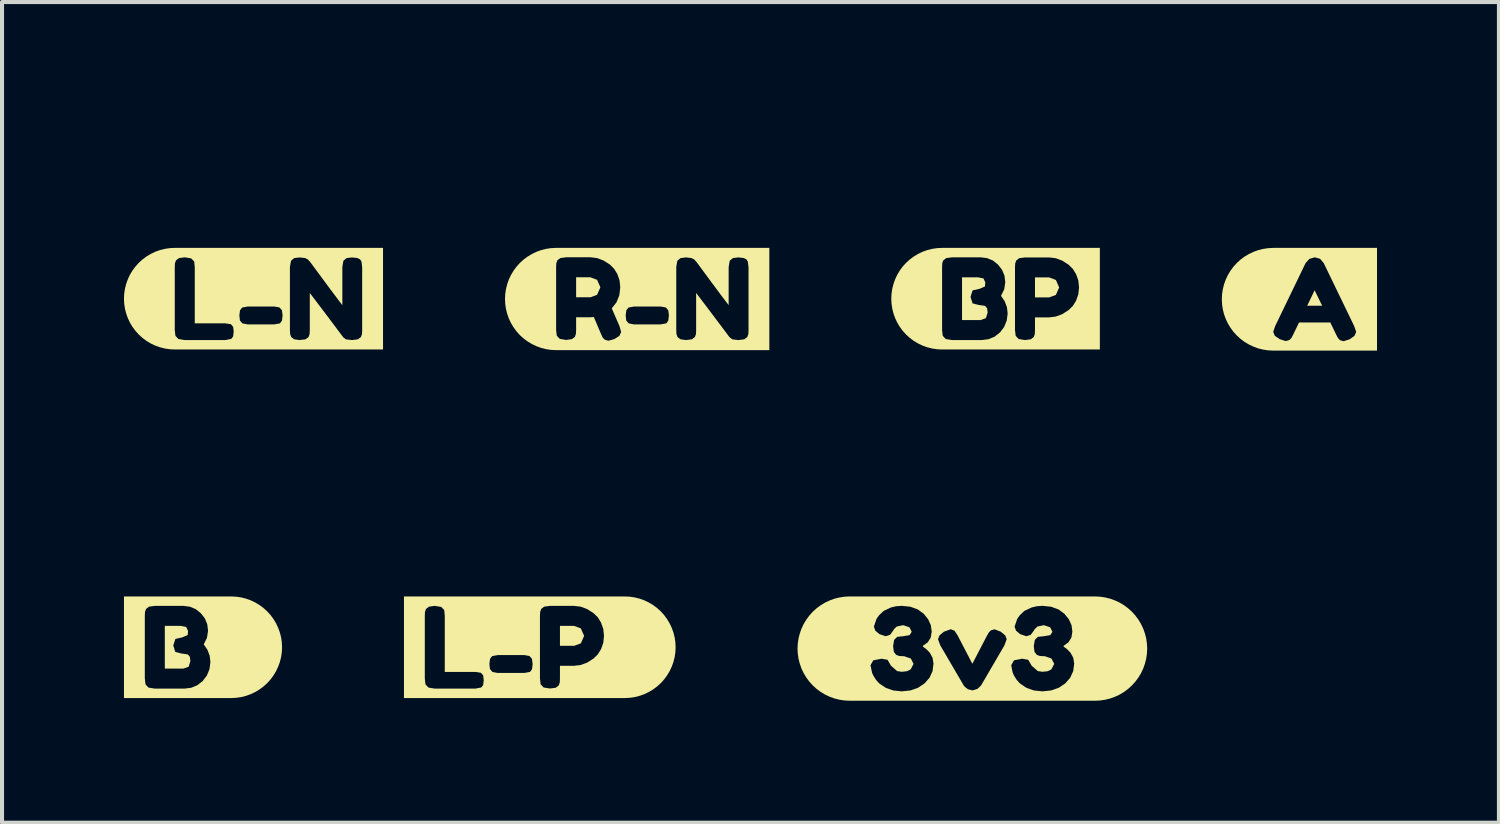
<source format=kicad_pcb>
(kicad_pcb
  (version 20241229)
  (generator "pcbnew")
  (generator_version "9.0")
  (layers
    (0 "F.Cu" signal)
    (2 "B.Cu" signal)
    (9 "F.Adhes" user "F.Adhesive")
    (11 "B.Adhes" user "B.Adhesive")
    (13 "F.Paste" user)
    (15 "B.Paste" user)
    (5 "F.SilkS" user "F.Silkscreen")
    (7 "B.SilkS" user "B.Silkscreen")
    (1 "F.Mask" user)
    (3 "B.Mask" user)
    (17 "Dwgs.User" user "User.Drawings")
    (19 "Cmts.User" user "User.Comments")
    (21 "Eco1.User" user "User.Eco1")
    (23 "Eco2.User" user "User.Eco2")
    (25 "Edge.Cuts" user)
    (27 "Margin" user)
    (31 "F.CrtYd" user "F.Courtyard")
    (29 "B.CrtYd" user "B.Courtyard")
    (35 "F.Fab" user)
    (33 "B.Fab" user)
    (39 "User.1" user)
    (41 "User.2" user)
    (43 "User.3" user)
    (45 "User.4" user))
  (footprint "kibuzzard-64F67C97"
    (layer "F.Cu")
    (at 21.445 4.299)
    (property "Reference" "kibuzzard-64F67C97" (at 0 -4.298 0) (layer "F.SilkS") (effects (font (size 0.001 0.001) (thickness 0.15))))
    (attr board_only exclude_from_pos_files exclude_from_bom)
    (fp_poly (pts (xy 1.317 -0.524) (xy 0.97 -0.524) (xy 0.97 -0.032) (xy 1.32 -0.032) (xy 1.484 -0.093) (xy 1.565 -0.276) (xy 1.484 -0.461) (xy 1.317 -0.524)) (stroke (width 0) (type solid)) (fill yes) (layer "F.SilkS"))
    (fp_poly (pts (xy -0.194 0.338) (xy -0.209 0.232) (xy -0.261 0.176) (xy -0.416 0.154) (xy -0.566 0.115) (xy -0.616 -0.044) (xy -0.565 -0.204) (xy -0.394 -0.243) (xy -0.261 -0.301) (xy -0.252 -0.401) (xy -0.298 -0.499) (xy -0.436 -0.526) (xy -0.825 -0.526) (xy -0.825 0.526) (xy -0.369 0.526) (xy -0.238 0.479) (xy -0.194 0.338)) (stroke (width 0) (type solid)) (fill yes) (layer "F.SilkS"))
    (fp_poly (pts (xy -1.316 -1.25) (xy -1.317 -1.25) (xy -1.439 -1.244) (xy -1.56 -1.226) (xy -1.679 -1.196) (xy -1.795 -1.155) (xy -1.906 -1.102) (xy -2.011 -1.039) (xy -2.109 -0.966) (xy -2.2 -0.884) (xy -2.283 -0.793) (xy -2.356 -0.694) (xy -2.419 -0.589) (xy -2.471 -0.478) (xy -2.512 -0.363) (xy -2.542 -0.244) (xy -2.56 -0.122) (xy -2.566 0) (xy -2.56 0.122) (xy -2.542 0.244) (xy -2.512 0.363) (xy -2.471 0.478) (xy -2.419 0.589) (xy -2.356 0.694) (xy -2.283 0.793) (xy -2.2 0.884) (xy -2.109 0.966) (xy -2.011 1.039) (xy -1.906 1.102) (xy -1.795 1.155) (xy -1.679 1.196) (xy -1.56 1.226) (xy -1.439 1.244) (xy -1.317 1.25) (xy -1.316 1.25) (xy -0.341 1.25) (xy -0.341 1.018) (xy -1.072 1.018) (xy -1.226 0.992) (xy -1.3 0.913) (xy -1.316 0.768) (xy -1.316 -0.774) (xy -1.312 -0.871) (xy -1.286 -0.943) (xy -1.212 -0.999) (xy -1.069 -1.018) (xy -0.369 -1.018) (xy -0.208 -0.998) (xy -0.065 -0.939) (xy 0.059 -0.84) (xy 0.159 -0.712) (xy 0.219 -0.568) (xy 0.239 -0.407) (xy 0.213 -0.231) (xy 0.134 -0.071) (xy 0.225 0.064) (xy 0.28 0.209) (xy 0.298 0.365) (xy 0.274 0.54) (xy 0.211 0.696) (xy 0.108 0.831) (xy -0.024 0.935) (xy -0.174 0.997) (xy -0.341 1.018) (xy -0.341 1.25) (xy 0.723 1.25) (xy 0.723 1.018) (xy 0.569 0.992) (xy 0.495 0.915) (xy 0.478 0.771) (xy 0.478 -0.771) (xy 0.483 -0.867) (xy 0.509 -0.94) (xy 0.583 -0.997) (xy 0.726 -1.015) (xy 1.32 -1.015) (xy 1.482 -0.996) (xy 1.64 -0.936) (xy 1.795 -0.838) (xy 1.899 -0.736) (xy 1.981 -0.604) (xy 2.036 -0.449) (xy 2.054 -0.276) (xy 2.036 -0.105) (xy 1.981 0.05) (xy 1.899 0.181) (xy 1.795 0.282) (xy 1.64 0.381) (xy 1.48 0.44) (xy 1.317 0.46) (xy 0.97 0.46) (xy 0.97 0.774) (xy 0.966 0.87) (xy 0.94 0.943) (xy 0.866 0.999) (xy 0.723 1.018) (xy 0.723 1.25) (xy 2.054 1.25) (xy 2.566 1.25) (xy 2.566 -1.25) (xy 2.054 -1.25) (xy -1.316 -1.25)) (stroke (width 0) (type solid)) (fill yes) (layer "F.SilkS")))
  (footprint "kibuzzard-64F67C37"
    (layer "F.Cu")
    (at 12.627 4.307)
    (property "Reference" "kibuzzard-64F67C37" (at 0 -4.306 0) (layer "F.SilkS") (effects (font (size 0.001 0.001) (thickness 0.15))))
    (attr board_only exclude_from_pos_files exclude_from_bom)
    (fp_poly (pts (xy -1.502 -0.043) (xy -1.147 -0.043) (xy -0.986 -0.104) (xy -0.905 -0.288) (xy -0.986 -0.472) (xy -1.152 -0.535) (xy -1.502 -0.535) (xy -1.502 -0.043)) (stroke (width 0) (type solid)) (fill yes) (layer "F.SilkS"))
    (fp_poly (pts (xy -1.994 -1.258) (xy -1.994 -1.258) (xy -2.118 -1.252) (xy -2.24 -1.234) (xy -2.36 -1.204) (xy -2.476 -1.162) (xy -2.587 -1.109) (xy -2.693 -1.046) (xy -2.792 -0.972) (xy -2.884 -0.89) (xy -2.967 -0.798) (xy -3.04 -0.699) (xy -3.104 -0.593) (xy -3.157 -0.481) (xy -3.198 -0.365) (xy -3.228 -0.245) (xy -3.246 -0.123) (xy -3.252 0) (xy -3.246 0.123) (xy -3.228 0.245) (xy -3.198 0.365) (xy -3.157 0.481) (xy -3.104 0.593) (xy -3.04 0.699) (xy -2.967 0.798) (xy -2.884 0.89) (xy -2.792 0.972) (xy -2.693 1.046) (xy -2.587 1.109) (xy -2.476 1.162) (xy -2.36 1.204) (xy -2.24 1.234) (xy -2.118 1.252) (xy -1.994 1.258) (xy -1.994 1.258) (xy -0.709 1.258) (xy -0.709 1.027) (xy -0.798 1) (xy -0.85 0.946) (xy -0.886 0.867) (xy -0.958 0.699) (xy -1.066 0.443) (xy -1.152 0.449) (xy -1.502 0.449) (xy -1.502 0.763) (xy -1.507 0.858) (xy -1.533 0.932) (xy -1.607 0.988) (xy -1.75 1.007) (xy -1.904 0.981) (xy -1.977 0.904) (xy -1.994 0.76) (xy -1.994 -0.782) (xy -1.99 -0.878) (xy -1.964 -0.952) (xy -1.89 -1.008) (xy -1.747 -1.027) (xy -1.147 -1.027) (xy -0.985 -1.007) (xy -0.827 -0.947) (xy -0.672 -0.849) (xy -0.57 -0.747) (xy -0.488 -0.615) (xy -0.434 -0.46) (xy -0.416 -0.288) (xy -0.439 -0.091) (xy -0.509 0.082) (xy -0.625 0.229) (xy -0.576 0.343) (xy -0.513 0.488) (xy -0.436 0.665) (xy -0.394 0.81) (xy -0.437 0.907) (xy -0.566 0.988) (xy -0.709 1.027) (xy -0.709 1.258) (xy 0.578 1.258) (xy 0.578 0.624) (xy -0.083 0.624) (xy -0.207 0.6) (xy -0.269 0.529) (xy -0.283 0.401) (xy -0.266 0.276) (xy -0.213 0.21) (xy -0.08 0.185) (xy 0.581 0.185) (xy 0.705 0.208) (xy 0.765 0.276) (xy 0.781 0.404) (xy 0.766 0.531) (xy 0.717 0.599) (xy 0.578 0.624) (xy 0.578 1.258) (xy 2.493 1.258) (xy 2.493 1.01) (xy 2.343 0.993) (xy 2.273 0.94) (xy 2.077 0.679) (xy 1.904 0.449) (xy 1.755 0.251) (xy 1.63 0.086) (xy 1.528 -0.047) (xy 1.451 -0.149) (xy 1.451 0.765) (xy 1.447 0.863) (xy 1.42 0.935) (xy 1.347 0.991) (xy 1.203 1.01) (xy 1.065 0.991) (xy 0.992 0.935) (xy 0.966 0.86) (xy 0.962 0.763) (xy 0.962 -0.788) (xy 0.988 -0.942) (xy 1.067 -1.007) (xy 1.203 -1.024) (xy 1.335 -1.008) (xy 1.403 -0.974) (xy 1.467 -0.902) (xy 1.652 -0.651) (xy 1.815 -0.43) (xy 1.956 -0.24) (xy 2.076 -0.079) (xy 2.174 0.051) (xy 2.251 0.151) (xy 2.251 -0.788) (xy 2.277 -0.942) (xy 2.356 -1.007) (xy 2.488 -1.024) (xy 2.616 -1.01) (xy 2.688 -0.977) (xy 2.723 -0.918) (xy 2.74 -0.776) (xy 2.74 0.765) (xy 2.736 0.863) (xy 2.709 0.935) (xy 2.636 0.991) (xy 2.493 1.01) (xy 2.493 1.258) (xy 2.74 1.258) (xy 3.252 1.258) (xy 3.252 -1.258) (xy 2.74 -1.258) (xy -1.994 -1.258)) (stroke (width 0) (type solid)) (fill yes) (layer "F.SilkS")))
  (footprint "kibuzzard-64F67CAF"
    (layer "F.Cu")
    (at 10.231 12.875)
    (property "Reference" "kibuzzard-64F67CAF" (at 0 -4.298 0) (layer "F.SilkS") (effects (font (size 0.001 0.001) (thickness 0.15))))
    (attr board_only exclude_from_pos_files exclude_from_bom)
    (fp_poly (pts (xy 0.843 -0.526) (xy 0.496 -0.526) (xy 0.496 -0.035) (xy 0.846 -0.035) (xy 1.01 -0.096) (xy 1.091 -0.279) (xy 1.01 -0.464) (xy 0.843 -0.526)) (stroke (width 0) (type solid)) (fill yes) (layer "F.SilkS"))
    (fp_poly (pts (xy -2.829 -1.25) (xy -3.342 -1.25) (xy -3.342 1.25) (xy -2.829 1.25) (xy -1.585 1.25) (xy -1.585 1.018) (xy -2.585 1.018) (xy -2.739 0.992) (xy -2.813 0.913) (xy -2.829 0.771) (xy -2.829 -0.774) (xy -2.825 -0.87) (xy -2.799 -0.943) (xy -2.725 -0.999) (xy -2.582 -1.018) (xy -2.427 -0.992) (xy -2.351 -0.915) (xy -2.338 -0.771) (xy -2.338 0.607) (xy -1.582 0.607) (xy -1.449 0.628) (xy -1.393 0.693) (xy -1.379 0.811) (xy -1.393 0.929) (xy -1.44 0.99) (xy -1.585 1.018) (xy -1.585 1.25) (xy -0.379 1.25) (xy -0.379 0.632) (xy -1.04 0.632) (xy -1.164 0.608) (xy -1.226 0.538) (xy -1.24 0.41) (xy -1.224 0.285) (xy -1.171 0.218) (xy -1.037 0.193) (xy -0.376 0.193) (xy -0.253 0.216) (xy -0.193 0.285) (xy -0.176 0.413) (xy -0.191 0.539) (xy -0.24 0.607) (xy -0.379 0.632) (xy -0.379 1.25) (xy 0.249 1.25) (xy 0.249 1.015) (xy 0.095 0.99) (xy 0.021 0.913) (xy 0.004 0.768) (xy 0.004 -0.774) (xy 0.009 -0.87) (xy 0.035 -0.943) (xy 0.109 -0.999) (xy 0.252 -1.018) (xy 0.846 -1.018) (xy 1.008 -0.998) (xy 1.166 -0.939) (xy 1.321 -0.84) (xy 1.425 -0.739) (xy 1.507 -0.607) (xy 1.562 -0.451) (xy 1.58 -0.279) (xy 1.562 -0.107) (xy 1.507 0.047) (xy 1.425 0.178) (xy 1.321 0.279) (xy 1.166 0.378) (xy 1.006 0.437) (xy 0.843 0.457) (xy 0.496 0.457) (xy 0.496 0.771) (xy 0.492 0.867) (xy 0.466 0.94) (xy 0.392 0.997) (xy 0.249 1.015) (xy 0.249 1.25) (xy 1.58 1.25) (xy 2.092 1.25) (xy 2.215 1.244) (xy 2.336 1.226) (xy 2.455 1.196) (xy 2.57 1.155) (xy 2.681 1.102) (xy 2.787 1.039) (xy 2.885 0.966) (xy 2.976 0.884) (xy 3.058 0.793) (xy 3.131 0.694) (xy 3.194 0.589) (xy 3.247 0.478) (xy 3.288 0.363) (xy 3.318 0.244) (xy 3.336 0.122) (xy 3.342 0) (xy 3.336 -0.122) (xy 3.318 -0.244) (xy 3.288 -0.363) (xy 3.247 -0.478) (xy 3.194 -0.589) (xy 3.131 -0.694) (xy 3.058 -0.793) (xy 2.976 -0.884) (xy 2.885 -0.966) (xy 2.787 -1.039) (xy 2.681 -1.102) (xy 2.57 -1.155) (xy 2.455 -1.196) (xy 2.336 -1.226) (xy 2.215 -1.244) (xy 2.092 -1.25) (xy 1.58 -1.25) (xy -2.829 -1.25)) (stroke (width 0) (type solid)) (fill yes) (layer "F.SilkS")))
  (footprint "kibuzzard-64F67CA5"
    (layer "F.Cu")
    (at 1.945 12.875)
    (property "Reference" "kibuzzard-64F67CA5" (at 0 -4.298 0) (layer "F.SilkS") (effects (font (size 0.001 0.001) (thickness 0.15))))
    (attr board_only exclude_from_pos_files exclude_from_bom)
    (fp_poly (pts (xy -0.31 0.338) (xy -0.325 0.232) (xy -0.376 0.176) (xy -0.532 0.154) (xy -0.682 0.115) (xy -0.732 -0.044) (xy -0.68 -0.204) (xy -0.51 -0.243) (xy -0.376 -0.301) (xy -0.368 -0.401) (xy -0.414 -0.499) (xy -0.551 -0.526) (xy -0.94 -0.526) (xy -0.94 0.526) (xy -0.485 0.526) (xy -0.353 0.479) (xy -0.31 0.338)) (stroke (width 0) (type solid)) (fill yes) (layer "F.SilkS"))
    (fp_poly (pts (xy -1.432 -1.25) (xy -1.945 -1.25) (xy -1.945 1.25) (xy -1.432 1.25) (xy -0.457 1.25) (xy -0.457 1.018) (xy -1.187 1.018) (xy -1.342 0.992) (xy -1.415 0.913) (xy -1.432 0.768) (xy -1.432 -0.774) (xy -1.428 -0.871) (xy -1.401 -0.943) (xy -1.328 -0.999) (xy -1.185 -1.018) (xy -0.485 -1.018) (xy -0.323 -0.998) (xy -0.181 -0.939) (xy -0.057 -0.84) (xy 0.044 -0.712) (xy 0.104 -0.568) (xy 0.124 -0.407) (xy 0.097 -0.231) (xy 0.018 -0.071) (xy 0.109 0.064) (xy 0.164 0.209) (xy 0.182 0.365) (xy 0.159 0.54) (xy 0.095 0.696) (xy -0.008 0.831) (xy -0.14 0.935) (xy -0.29 0.997) (xy -0.457 1.018) (xy -0.457 1.25) (xy 0.182 1.25) (xy 0.695 1.25) (xy 0.817 1.244) (xy 0.939 1.226) (xy 1.058 1.196) (xy 1.173 1.155) (xy 1.284 1.102) (xy 1.389 1.039) (xy 1.488 0.966) (xy 1.578 0.884) (xy 1.661 0.793) (xy 1.734 0.694) (xy 1.797 0.589) (xy 1.849 0.478) (xy 1.891 0.363) (xy 1.921 0.244) (xy 1.939 0.122) (xy 1.945 0) (xy 1.939 -0.122) (xy 1.921 -0.244) (xy 1.891 -0.363) (xy 1.849 -0.478) (xy 1.797 -0.589) (xy 1.734 -0.694) (xy 1.661 -0.793) (xy 1.578 -0.884) (xy 1.488 -0.966) (xy 1.389 -1.039) (xy 1.284 -1.102) (xy 1.173 -1.155) (xy 1.058 -1.196) (xy 0.939 -1.226) (xy 0.817 -1.244) (xy 0.695 -1.25) (xy 0.182 -1.25) (xy -1.432 -1.25)) (stroke (width 0) (type solid)) (fill yes) (layer "F.SilkS")))
  (footprint "kibuzzard-64F68412"
    (layer "F.Cu")
    (at 20.874 12.908)
    (property "Reference" "kibuzzard-64F68412" (at 0 -4.331 0) (layer "F.SilkS") (effects (font (size 0.001 0.001) (thickness 0.15))))
    (attr board_only exclude_from_pos_files exclude_from_bom)
    (fp_poly (pts (xy -2.506 -1.283) (xy -3.018 -1.283) (xy -3.144 -1.277) (xy -3.269 -1.258) (xy -3.391 -1.228) (xy -3.509 -1.185) (xy -3.623 -1.132) (xy -3.731 -1.067) (xy -3.832 -0.992) (xy -3.926 -0.907) (xy -4.01 -0.814) (xy -4.085 -0.713) (xy -4.15 -0.605) (xy -4.204 -0.491) (xy -4.246 -0.372) (xy -4.277 -0.25) (xy -4.295 -0.126) (xy -4.302 0) (xy -4.295 0.126) (xy -4.277 0.25) (xy -4.246 0.372) (xy -4.204 0.491) (xy -4.15 0.605) (xy -4.085 0.713) (xy -4.01 0.814) (xy -3.926 0.907) (xy -3.832 0.992) (xy -3.731 1.067) (xy -3.623 1.132) (xy -3.509 1.185) (xy -3.391 1.228) (xy -3.269 1.258) (xy -3.144 1.277) (xy -3.018 1.283) (xy -2.506 1.283) (xy -1.736 1.283) (xy -1.736 1.052) (xy -1.946 1.03) (xy -2.131 0.965) (xy -2.292 0.857) (xy -2.37 0.77) (xy -2.439 0.66) (xy -2.47 0.588) (xy -2.475 0.56) (xy -2.506 0.41) (xy -2.438 0.289) (xy -2.234 0.249) (xy -2.086 0.276) (xy -2.003 0.421) (xy -1.85 0.554) (xy -1.734 0.571) (xy -1.606 0.556) (xy -1.517 0.511) (xy -1.447 0.376) (xy -1.515 0.244) (xy -1.677 0.188) (xy -1.803 0.182) (xy -1.875 0.154) (xy -1.931 0.083) (xy -1.95 -0.06) (xy -1.925 -0.215) (xy -1.847 -0.29) (xy -1.703 -0.304) (xy -1.545 -0.331) (xy -1.492 -0.413) (xy -1.547 -0.524) (xy -1.702 -0.576) (xy -1.859 -0.543) (xy -1.931 -0.476) (xy -1.947 -0.443) (xy -2.025 -0.339) (xy -2.131 -0.304) (xy -2.284 -0.354) (xy -2.388 -0.441) (xy -2.423 -0.54) (xy -2.359 -0.729) (xy -2.298 -0.817) (xy -2.182 -0.927) (xy -1.999 -1.013) (xy -1.874 -1.042) (xy -1.736 -1.052) (xy -1.525 -1.03) (xy -1.345 -0.965) (xy -1.197 -0.857) (xy -1.088 -0.722) (xy -1.022 -0.576) (xy -1 -0.419) (xy -1.024 -0.272) (xy -1.096 -0.155) (xy -1.217 -0.068) (xy -1.217 -0.049) (xy -1.135 0.011) (xy -1.047 0.101) (xy -0.979 0.226) (xy -0.956 0.368) (xy -0.98 0.555) (xy -1.054 0.718) (xy -1.178 0.858) (xy -1.339 0.966) (xy -1.525 1.03) (xy -1.736 1.052) (xy -1.736 1.283) (xy 0.004 1.283) (xy 0.004 1.029) (xy -0.11 1) (xy -0.186 0.94) (xy -0.211 0.91) (xy -0.789 -0.079) (xy -0.845 -0.229) (xy -0.808 -0.326) (xy -0.7 -0.415) (xy -0.533 -0.476) (xy -0.438 -0.439) (xy -0.364 -0.326) (xy 0 0.374) (xy 0.364 -0.326) (xy 0.41 -0.403) (xy 0.458 -0.45) (xy 0.547 -0.474) (xy 0.7 -0.415) (xy 0.808 -0.326) (xy 0.845 -0.232) (xy 0.789 -0.079) (xy 0.214 0.907) (xy 0.125 0.992) (xy 0.004 1.029) (xy 0.004 1.283) (xy 1.725 1.283) (xy 1.725 1.052) (xy 1.515 1.03) (xy 1.33 0.965) (xy 1.17 0.857) (xy 1.091 0.77) (xy 1.022 0.66) (xy 0.992 0.588) (xy 0.986 0.56) (xy 0.956 0.41) (xy 1.024 0.289) (xy 1.228 0.249) (xy 1.375 0.276) (xy 1.459 0.421) (xy 1.611 0.554) (xy 1.728 0.571) (xy 1.856 0.556) (xy 1.945 0.511) (xy 2.014 0.376) (xy 1.946 0.244) (xy 1.785 0.188) (xy 1.659 0.182) (xy 1.586 0.154) (xy 1.53 0.083) (xy 1.511 -0.06) (xy 1.537 -0.215) (xy 1.614 -0.29) (xy 1.759 -0.304) (xy 1.917 -0.331) (xy 1.97 -0.413) (xy 1.914 -0.524) (xy 1.76 -0.576) (xy 1.603 -0.543) (xy 1.531 -0.476) (xy 1.514 -0.443) (xy 1.436 -0.339) (xy 1.331 -0.304) (xy 1.178 -0.354) (xy 1.074 -0.441) (xy 1.039 -0.54) (xy 1.103 -0.729) (xy 1.164 -0.817) (xy 1.279 -0.927) (xy 1.463 -1.013) (xy 1.587 -1.042) (xy 1.725 -1.052) (xy 1.937 -1.03) (xy 2.117 -0.965) (xy 2.264 -0.857) (xy 2.374 -0.722) (xy 2.44 -0.576) (xy 2.461 -0.419) (xy 2.437 -0.272) (xy 2.365 -0.155) (xy 2.245 -0.068) (xy 2.245 -0.049) (xy 2.327 0.011) (xy 2.414 0.101) (xy 2.483 0.226) (xy 2.506 0.368) (xy 2.481 0.555) (xy 2.407 0.718) (xy 2.284 0.858) (xy 2.123 0.966) (xy 1.937 1.03) (xy 1.725 1.052) (xy 1.725 1.283) (xy 2.506 1.283) (xy 3.018 1.283) (xy 3.144 1.277) (xy 3.269 1.258) (xy 3.391 1.228) (xy 3.509 1.185) (xy 3.623 1.132) (xy 3.731 1.067) (xy 3.832 0.992) (xy 3.926 0.907) (xy 4.01 0.814) (xy 4.085 0.713) (xy 4.15 0.605) (xy 4.204 0.491) (xy 4.246 0.372) (xy 4.277 0.25) (xy 4.295 0.126) (xy 4.302 0) (xy 4.295 -0.126) (xy 4.277 -0.25) (xy 4.246 -0.372) (xy 4.204 -0.491) (xy 4.15 -0.605) (xy 4.085 -0.713) (xy 4.01 -0.814) (xy 3.926 -0.907) (xy 3.832 -0.992) (xy 3.731 -1.067) (xy 3.623 -1.132) (xy 3.509 -1.185) (xy 3.391 -1.228) (xy 3.269 -1.258) (xy 3.144 -1.277) (xy 3.018 -1.283) (xy 2.506 -1.283) (xy -2.506 -1.283)) (stroke (width 0) (type solid)) (fill yes) (layer "F.SilkS")))
  (footprint "kibuzzard-64F67C8E"
    (layer "F.Cu")
    (at 3.187 4.299)
    (property "Reference" "kibuzzard-64F67C8E" (at 0 -4.298 0) (layer "F.SilkS") (effects (font (size 0.001 0.001) (thickness 0.15))))
    (attr board_only exclude_from_pos_files exclude_from_bom)
    (fp_poly (pts (xy -1.937 -1.25) (xy -1.937 -1.25) (xy -2.06 -1.244) (xy -2.181 -1.226) (xy -2.3 -1.196) (xy -2.416 -1.155) (xy -2.527 -1.102) (xy -2.632 -1.039) (xy -2.73 -0.966) (xy -2.821 -0.884) (xy -2.903 -0.793) (xy -2.977 -0.694) (xy -3.04 -0.589) (xy -3.092 -0.478) (xy -3.133 -0.363) (xy -3.163 -0.244) (xy -3.181 -0.122) (xy -3.187 0) (xy -3.181 0.122) (xy -3.163 0.244) (xy -3.133 0.363) (xy -3.092 0.478) (xy -3.04 0.589) (xy -2.977 0.694) (xy -2.903 0.793) (xy -2.821 0.884) (xy -2.73 0.966) (xy -2.632 1.039) (xy -2.527 1.102) (xy -2.416 1.155) (xy -2.3 1.196) (xy -2.181 1.226) (xy -2.06 1.244) (xy -1.937 1.25) (xy -1.937 1.25) (xy -0.693 1.25) (xy -0.693 1.018) (xy -1.693 1.018) (xy -1.847 0.992) (xy -1.921 0.913) (xy -1.937 0.771) (xy -1.937 -0.774) (xy -1.933 -0.87) (xy -1.907 -0.943) (xy -1.833 -0.999) (xy -1.69 -1.018) (xy -1.535 -0.992) (xy -1.459 -0.915) (xy -1.445 -0.771) (xy -1.445 0.607) (xy -0.69 0.607) (xy -0.556 0.628) (xy -0.501 0.693) (xy -0.487 0.811) (xy -0.501 0.929) (xy -0.548 0.99) (xy -0.693 1.018) (xy -0.693 1.25) (xy 0.513 1.25) (xy 0.513 0.632) (xy -0.148 0.632) (xy -0.272 0.608) (xy -0.334 0.538) (xy -0.348 0.41) (xy -0.331 0.285) (xy -0.279 0.218) (xy -0.145 0.193) (xy 0.516 0.193) (xy 0.64 0.216) (xy 0.699 0.285) (xy 0.716 0.413) (xy 0.701 0.539) (xy 0.652 0.607) (xy 0.513 0.632) (xy 0.513 1.25) (xy 2.427 1.25) (xy 2.427 1.018) (xy 2.277 1.002) (xy 2.208 0.949) (xy 2.011 0.687) (xy 1.839 0.457) (xy 1.69 0.26) (xy 1.564 0.094) (xy 1.463 -0.039) (xy 1.385 -0.14) (xy 1.385 0.774) (xy 1.381 0.871) (xy 1.355 0.943) (xy 1.281 0.999) (xy 1.138 1.018) (xy 0.999 0.999) (xy 0.927 0.943) (xy 0.901 0.868) (xy 0.896 0.771) (xy 0.896 -0.779) (xy 0.923 -0.933) (xy 1.002 -0.999) (xy 1.138 -1.015) (xy 1.27 -1) (xy 1.338 -0.965) (xy 1.402 -0.893) (xy 1.587 -0.642) (xy 1.75 -0.422) (xy 1.891 -0.231) (xy 2.011 -0.071) (xy 2.109 0.059) (xy 2.186 0.16) (xy 2.186 -0.779) (xy 2.212 -0.933) (xy 2.291 -0.999) (xy 2.423 -1.015) (xy 2.551 -1.002) (xy 2.623 -0.968) (xy 2.658 -0.91) (xy 2.674 -0.768) (xy 2.674 0.774) (xy 2.67 0.871) (xy 2.644 0.943) (xy 2.57 0.999) (xy 2.427 1.018) (xy 2.427 1.25) (xy 2.674 1.25) (xy 3.187 1.25) (xy 3.187 -1.25) (xy 2.674 -1.25) (xy -1.937 -1.25)) (stroke (width 0) (type solid)) (fill yes) (layer "F.SilkS")))
  (footprint "kibuzzard-64F67CA0"
    (layer "F.Cu")
    (at 28.921 4.313)
    (property "Reference" "kibuzzard-64F67CA0" (at 0 -4.312 0) (layer "F.SilkS") (effects (font (size 0.001 0.001) (thickness 0.15))))
    (attr board_only exclude_from_pos_files exclude_from_bom)
    (fp_poly (pts (xy 0.374 -0.221) (xy 0.191 0.16) (xy 0.56 0.16) (xy 0.374 -0.221)) (stroke (width 0) (type solid)) (fill yes) (layer "F.SilkS"))
    (fp_poly (pts (xy -0.645 -1.264) (xy -0.646 -1.264) (xy -0.769 -1.257) (xy -0.892 -1.239) (xy -1.012 -1.209) (xy -1.129 -1.167) (xy -1.241 -1.114) (xy -1.348 -1.051) (xy -1.447 -0.977) (xy -1.539 -0.893) (xy -1.622 -0.802) (xy -1.696 -0.702) (xy -1.76 -0.596) (xy -1.813 -0.484) (xy -1.855 -0.367) (xy -1.885 -0.247) (xy -1.903 -0.124) (xy -1.909 0) (xy -1.903 0.124) (xy -1.885 0.247) (xy -1.855 0.367) (xy -1.813 0.484) (xy -1.76 0.596) (xy -1.696 0.702) (xy -1.622 0.802) (xy -1.539 0.893) (xy -1.447 0.977) (xy -1.348 1.051) (xy -1.241 1.114) (xy -1.129 1.167) (xy -1.012 1.209) (xy -0.892 1.239) (xy -0.769 1.257) (xy -0.646 1.264) (xy -0.645 1.264) (xy 1.087 1.264) (xy 1.087 1.032) (xy 0.998 1.007) (xy 0.948 0.954) (xy 0.905 0.871) (xy 0.76 0.571) (xy -0.009 0.571) (xy -0.154 0.871) (xy -0.197 0.952) (xy -0.247 1.003) (xy -0.336 1.029) (xy -0.484 0.982) (xy -0.605 0.899) (xy -0.645 0.804) (xy -0.598 0.663) (xy 0.152 -0.89) (xy 0.245 -0.993) (xy 0.377 -1.032) (xy 0.508 -0.996) (xy 0.599 -0.888) (xy 1.349 0.663) (xy 1.397 0.804) (xy 1.356 0.899) (xy 1.235 0.985) (xy 1.087 1.032) (xy 1.087 1.264) (xy 1.397 1.264) (xy 1.909 1.264) (xy 1.909 -1.264) (xy 1.397 -1.264) (xy -0.645 -1.264)) (stroke (width 0) (type solid)) (fill yes) (layer "F.SilkS")))
  (gr_rect
    (start -3 -3)
    (end 33.83 17.191)
    (stroke (width 0.1) (type default))
    (fill no)
    (layer "Edge.Cuts")))
</source>
